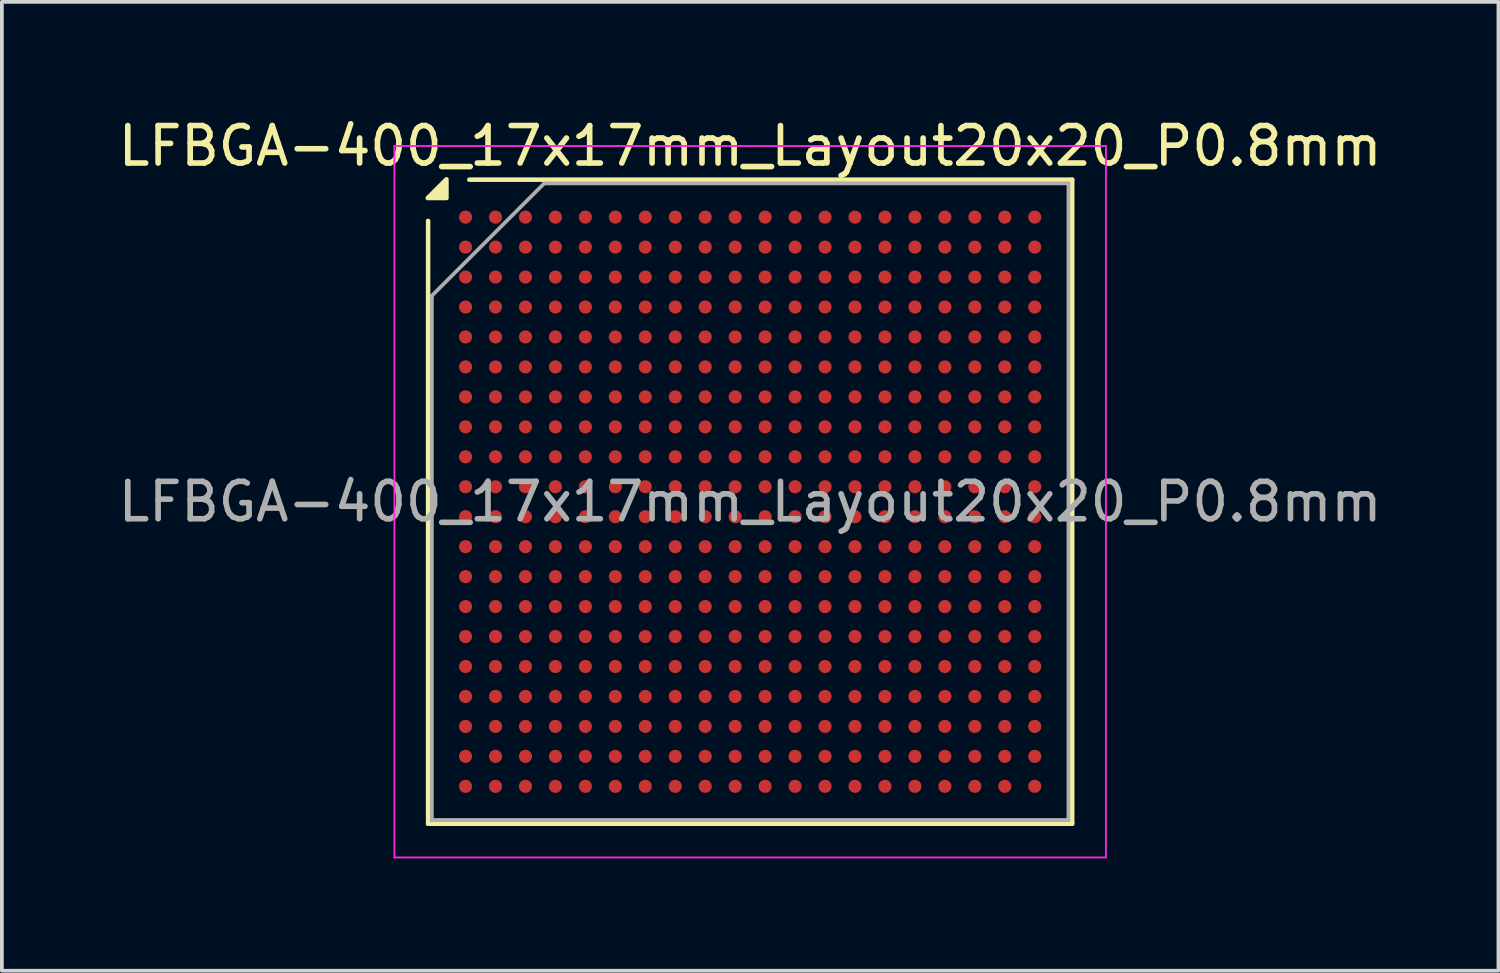
<source format=kicad_pcb>
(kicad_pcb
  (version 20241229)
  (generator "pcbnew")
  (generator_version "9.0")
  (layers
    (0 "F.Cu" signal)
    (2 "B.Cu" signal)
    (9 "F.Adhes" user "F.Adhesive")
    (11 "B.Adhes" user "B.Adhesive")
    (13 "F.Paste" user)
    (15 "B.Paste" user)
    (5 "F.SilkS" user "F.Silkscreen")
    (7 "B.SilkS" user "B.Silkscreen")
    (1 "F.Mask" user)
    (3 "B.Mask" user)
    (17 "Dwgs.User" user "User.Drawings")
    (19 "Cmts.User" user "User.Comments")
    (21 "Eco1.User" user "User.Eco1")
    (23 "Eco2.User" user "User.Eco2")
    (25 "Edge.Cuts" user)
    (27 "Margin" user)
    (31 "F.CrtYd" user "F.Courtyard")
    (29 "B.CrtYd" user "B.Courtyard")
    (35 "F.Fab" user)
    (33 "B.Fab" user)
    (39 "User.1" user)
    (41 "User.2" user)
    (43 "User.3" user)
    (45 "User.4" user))
  (footprint "LFBGA-400_17x17mm_Layout20x20_P0.8mm"
    (layer "F.Cu")
    (at 16.982 10.348)
    (property "Reference" "LFBGA-400_17x17mm_Layout20x20_P0.8mm" (at 0 -9.5 0) (layer "F.SilkS") (effects (font (size 1 1) (thickness 0.15))))
    (attr smd)
    (fp_line (start -8.6 8.6) (end -8.6 -7.5) (stroke (width 0.12) (type solid)) (layer "F.SilkS"))
    (fp_line (start -7.5 -8.6) (end 8.6 -8.6) (stroke (width 0.12) (type solid)) (layer "F.SilkS"))
    (fp_line (start 8.6 -8.6) (end 8.6 8.6) (stroke (width 0.12) (type solid)) (layer "F.SilkS"))
    (fp_line (start 8.6 8.6) (end -8.6 8.6) (stroke (width 0.12) (type solid)) (layer "F.SilkS"))
    (fp_poly (pts (xy -8.11 -8.11) (xy -8.61 -8.11) (xy -8.11 -8.61) (xy -8.11 -8.11)) (stroke (width 0.12) (type solid)) (fill yes) (layer "F.SilkS"))
    (fp_line (start -9.5 -9.5) (end -9.5 9.5) (stroke (width 0.05) (type solid)) (layer "F.CrtYd"))
    (fp_line (start -9.5 9.5) (end 9.5 9.5) (stroke (width 0.05) (type solid)) (layer "F.CrtYd"))
    (fp_line (start 9.5 -9.5) (end -9.5 -9.5) (stroke (width 0.05) (type solid)) (layer "F.CrtYd"))
    (fp_line (start 9.5 9.5) (end 9.5 -9.5) (stroke (width 0.05) (type solid)) (layer "F.CrtYd"))
    (fp_line (start -8.5 -5.5) (end -5.5 -8.5) (stroke (width 0.1) (type solid)) (layer "F.Fab"))
    (fp_line (start -8.5 8.5) (end -8.5 -5.5) (stroke (width 0.1) (type solid)) (layer "F.Fab"))
    (fp_line (start -5.5 -8.5) (end 8.5 -8.5) (stroke (width 0.1) (type solid)) (layer "F.Fab"))
    (fp_line (start 8.5 -8.5) (end 8.5 8.5) (stroke (width 0.1) (type solid)) (layer "F.Fab"))
    (fp_line (start 8.5 8.5) (end -8.5 8.5) (stroke (width 0.1) (type solid)) (layer "F.Fab"))
    (fp_text user "${REFERENCE}" (at 0 0 0) (layer "F.Fab") (effects (font (size 1 1) (thickness 0.15))))
    (pad "A1" smd circle (at -7.6 -7.6) (size 0.35 0.35) (property pad_prop_bga) (layers "F.Cu" "F.Mask" "F.Paste"))
    (pad "A2" smd circle (at -6.8 -7.6) (size 0.35 0.35) (property pad_prop_bga) (layers "F.Cu" "F.Mask" "F.Paste"))
    (pad "A3" smd circle (at -6 -7.6) (size 0.35 0.35) (property pad_prop_bga) (layers "F.Cu" "F.Mask" "F.Paste"))
    (pad "A4" smd circle (at -5.2 -7.6) (size 0.35 0.35) (property pad_prop_bga) (layers "F.Cu" "F.Mask" "F.Paste"))
    (pad "A5" smd circle (at -4.4 -7.6) (size 0.35 0.35) (property pad_prop_bga) (layers "F.Cu" "F.Mask" "F.Paste"))
    (pad "A6" smd circle (at -3.6 -7.6) (size 0.35 0.35) (property pad_prop_bga) (layers "F.Cu" "F.Mask" "F.Paste"))
    (pad "A7" smd circle (at -2.8 -7.6) (size 0.35 0.35) (property pad_prop_bga) (layers "F.Cu" "F.Mask" "F.Paste"))
    (pad "A8" smd circle (at -2 -7.6) (size 0.35 0.35) (property pad_prop_bga) (layers "F.Cu" "F.Mask" "F.Paste"))
    (pad "A9" smd circle (at -1.2 -7.6) (size 0.35 0.35) (property pad_prop_bga) (layers "F.Cu" "F.Mask" "F.Paste"))
    (pad "A10" smd circle (at -0.4 -7.6) (size 0.35 0.35) (property pad_prop_bga) (layers "F.Cu" "F.Mask" "F.Paste"))
    (pad "A11" smd circle (at 0.4 -7.6) (size 0.35 0.35) (property pad_prop_bga) (layers "F.Cu" "F.Mask" "F.Paste"))
    (pad "A12" smd circle (at 1.2 -7.6) (size 0.35 0.35) (property pad_prop_bga) (layers "F.Cu" "F.Mask" "F.Paste"))
    (pad "A13" smd circle (at 2 -7.6) (size 0.35 0.35) (property pad_prop_bga) (layers "F.Cu" "F.Mask" "F.Paste"))
    (pad "A14" smd circle (at 2.8 -7.6) (size 0.35 0.35) (property pad_prop_bga) (layers "F.Cu" "F.Mask" "F.Paste"))
    (pad "A15" smd circle (at 3.6 -7.6) (size 0.35 0.35) (property pad_prop_bga) (layers "F.Cu" "F.Mask" "F.Paste"))
    (pad "A16" smd circle (at 4.4 -7.6) (size 0.35 0.35) (property pad_prop_bga) (layers "F.Cu" "F.Mask" "F.Paste"))
    (pad "A17" smd circle (at 5.2 -7.6) (size 0.35 0.35) (property pad_prop_bga) (layers "F.Cu" "F.Mask" "F.Paste"))
    (pad "A18" smd circle (at 6 -7.6) (size 0.35 0.35) (property pad_prop_bga) (layers "F.Cu" "F.Mask" "F.Paste"))
    (pad "A19" smd circle (at 6.8 -7.6) (size 0.35 0.35) (property pad_prop_bga) (layers "F.Cu" "F.Mask" "F.Paste"))
    (pad "A20" smd circle (at 7.6 -7.6) (size 0.35 0.35) (property pad_prop_bga) (layers "F.Cu" "F.Mask" "F.Paste"))
    (pad "B1" smd circle (at -7.6 -6.8) (size 0.35 0.35) (property pad_prop_bga) (layers "F.Cu" "F.Mask" "F.Paste"))
    (pad "B2" smd circle (at -6.8 -6.8) (size 0.35 0.35) (property pad_prop_bga) (layers "F.Cu" "F.Mask" "F.Paste"))
    (pad "B3" smd circle (at -6 -6.8) (size 0.35 0.35) (property pad_prop_bga) (layers "F.Cu" "F.Mask" "F.Paste"))
    (pad "B4" smd circle (at -5.2 -6.8) (size 0.35 0.35) (property pad_prop_bga) (layers "F.Cu" "F.Mask" "F.Paste"))
    (pad "B5" smd circle (at -4.4 -6.8) (size 0.35 0.35) (property pad_prop_bga) (layers "F.Cu" "F.Mask" "F.Paste"))
    (pad "B6" smd circle (at -3.6 -6.8) (size 0.35 0.35) (property pad_prop_bga) (layers "F.Cu" "F.Mask" "F.Paste"))
    (pad "B7" smd circle (at -2.8 -6.8) (size 0.35 0.35) (property pad_prop_bga) (layers "F.Cu" "F.Mask" "F.Paste"))
    (pad "B8" smd circle (at -2 -6.8) (size 0.35 0.35) (property pad_prop_bga) (layers "F.Cu" "F.Mask" "F.Paste"))
    (pad "B9" smd circle (at -1.2 -6.8) (size 0.35 0.35) (property pad_prop_bga) (layers "F.Cu" "F.Mask" "F.Paste"))
    (pad "B10" smd circle (at -0.4 -6.8) (size 0.35 0.35) (property pad_prop_bga) (layers "F.Cu" "F.Mask" "F.Paste"))
    (pad "B11" smd circle (at 0.4 -6.8) (size 0.35 0.35) (property pad_prop_bga) (layers "F.Cu" "F.Mask" "F.Paste"))
    (pad "B12" smd circle (at 1.2 -6.8) (size 0.35 0.35) (property pad_prop_bga) (layers "F.Cu" "F.Mask" "F.Paste"))
    (pad "B13" smd circle (at 2 -6.8) (size 0.35 0.35) (property pad_prop_bga) (layers "F.Cu" "F.Mask" "F.Paste"))
    (pad "B14" smd circle (at 2.8 -6.8) (size 0.35 0.35) (property pad_prop_bga) (layers "F.Cu" "F.Mask" "F.Paste"))
    (pad "B15" smd circle (at 3.6 -6.8) (size 0.35 0.35) (property pad_prop_bga) (layers "F.Cu" "F.Mask" "F.Paste"))
    (pad "B16" smd circle (at 4.4 -6.8) (size 0.35 0.35) (property pad_prop_bga) (layers "F.Cu" "F.Mask" "F.Paste"))
    (pad "B17" smd circle (at 5.2 -6.8) (size 0.35 0.35) (property pad_prop_bga) (layers "F.Cu" "F.Mask" "F.Paste"))
    (pad "B18" smd circle (at 6 -6.8) (size 0.35 0.35) (property pad_prop_bga) (layers "F.Cu" "F.Mask" "F.Paste"))
    (pad "B19" smd circle (at 6.8 -6.8) (size 0.35 0.35) (property pad_prop_bga) (layers "F.Cu" "F.Mask" "F.Paste"))
    (pad "B20" smd circle (at 7.6 -6.8) (size 0.35 0.35) (property pad_prop_bga) (layers "F.Cu" "F.Mask" "F.Paste"))
    (pad "C1" smd circle (at -7.6 -6) (size 0.35 0.35) (property pad_prop_bga) (layers "F.Cu" "F.Mask" "F.Paste"))
    (pad "C2" smd circle (at -6.8 -6) (size 0.35 0.35) (property pad_prop_bga) (layers "F.Cu" "F.Mask" "F.Paste"))
    (pad "C3" smd circle (at -6 -6) (size 0.35 0.35) (property pad_prop_bga) (layers "F.Cu" "F.Mask" "F.Paste"))
    (pad "C4" smd circle (at -5.2 -6) (size 0.35 0.35) (property pad_prop_bga) (layers "F.Cu" "F.Mask" "F.Paste"))
    (pad "C5" smd circle (at -4.4 -6) (size 0.35 0.35) (property pad_prop_bga) (layers "F.Cu" "F.Mask" "F.Paste"))
    (pad "C6" smd circle (at -3.6 -6) (size 0.35 0.35) (property pad_prop_bga) (layers "F.Cu" "F.Mask" "F.Paste"))
    (pad "C7" smd circle (at -2.8 -6) (size 0.35 0.35) (property pad_prop_bga) (layers "F.Cu" "F.Mask" "F.Paste"))
    (pad "C8" smd circle (at -2 -6) (size 0.35 0.35) (property pad_prop_bga) (layers "F.Cu" "F.Mask" "F.Paste"))
    (pad "C9" smd circle (at -1.2 -6) (size 0.35 0.35) (property pad_prop_bga) (layers "F.Cu" "F.Mask" "F.Paste"))
    (pad "C10" smd circle (at -0.4 -6) (size 0.35 0.35) (property pad_prop_bga) (layers "F.Cu" "F.Mask" "F.Paste"))
    (pad "C11" smd circle (at 0.4 -6) (size 0.35 0.35) (property pad_prop_bga) (layers "F.Cu" "F.Mask" "F.Paste"))
    (pad "C12" smd circle (at 1.2 -6) (size 0.35 0.35) (property pad_prop_bga) (layers "F.Cu" "F.Mask" "F.Paste"))
    (pad "C13" smd circle (at 2 -6) (size 0.35 0.35) (property pad_prop_bga) (layers "F.Cu" "F.Mask" "F.Paste"))
    (pad "C14" smd circle (at 2.8 -6) (size 0.35 0.35) (property pad_prop_bga) (layers "F.Cu" "F.Mask" "F.Paste"))
    (pad "C15" smd circle (at 3.6 -6) (size 0.35 0.35) (property pad_prop_bga) (layers "F.Cu" "F.Mask" "F.Paste"))
    (pad "C16" smd circle (at 4.4 -6) (size 0.35 0.35) (property pad_prop_bga) (layers "F.Cu" "F.Mask" "F.Paste"))
    (pad "C17" smd circle (at 5.2 -6) (size 0.35 0.35) (property pad_prop_bga) (layers "F.Cu" "F.Mask" "F.Paste"))
    (pad "C18" smd circle (at 6 -6) (size 0.35 0.35) (property pad_prop_bga) (layers "F.Cu" "F.Mask" "F.Paste"))
    (pad "C19" smd circle (at 6.8 -6) (size 0.35 0.35) (property pad_prop_bga) (layers "F.Cu" "F.Mask" "F.Paste"))
    (pad "C20" smd circle (at 7.6 -6) (size 0.35 0.35) (property pad_prop_bga) (layers "F.Cu" "F.Mask" "F.Paste"))
    (pad "D1" smd circle (at -7.6 -5.2) (size 0.35 0.35) (property pad_prop_bga) (layers "F.Cu" "F.Mask" "F.Paste"))
    (pad "D2" smd circle (at -6.8 -5.2) (size 0.35 0.35) (property pad_prop_bga) (layers "F.Cu" "F.Mask" "F.Paste"))
    (pad "D3" smd circle (at -6 -5.2) (size 0.35 0.35) (property pad_prop_bga) (layers "F.Cu" "F.Mask" "F.Paste"))
    (pad "D4" smd circle (at -5.2 -5.2) (size 0.35 0.35) (property pad_prop_bga) (layers "F.Cu" "F.Mask" "F.Paste"))
    (pad "D5" smd circle (at -4.4 -5.2) (size 0.35 0.35) (property pad_prop_bga) (layers "F.Cu" "F.Mask" "F.Paste"))
    (pad "D6" smd circle (at -3.6 -5.2) (size 0.35 0.35) (property pad_prop_bga) (layers "F.Cu" "F.Mask" "F.Paste"))
    (pad "D7" smd circle (at -2.8 -5.2) (size 0.35 0.35) (property pad_prop_bga) (layers "F.Cu" "F.Mask" "F.Paste"))
    (pad "D8" smd circle (at -2 -5.2) (size 0.35 0.35) (property pad_prop_bga) (layers "F.Cu" "F.Mask" "F.Paste"))
    (pad "D9" smd circle (at -1.2 -5.2) (size 0.35 0.35) (property pad_prop_bga) (layers "F.Cu" "F.Mask" "F.Paste"))
    (pad "D10" smd circle (at -0.4 -5.2) (size 0.35 0.35) (property pad_prop_bga) (layers "F.Cu" "F.Mask" "F.Paste"))
    (pad "D11" smd circle (at 0.4 -5.2) (size 0.35 0.35) (property pad_prop_bga) (layers "F.Cu" "F.Mask" "F.Paste"))
    (pad "D12" smd circle (at 1.2 -5.2) (size 0.35 0.35) (property pad_prop_bga) (layers "F.Cu" "F.Mask" "F.Paste"))
    (pad "D13" smd circle (at 2 -5.2) (size 0.35 0.35) (property pad_prop_bga) (layers "F.Cu" "F.Mask" "F.Paste"))
    (pad "D14" smd circle (at 2.8 -5.2) (size 0.35 0.35) (property pad_prop_bga) (layers "F.Cu" "F.Mask" "F.Paste"))
    (pad "D15" smd circle (at 3.6 -5.2) (size 0.35 0.35) (property pad_prop_bga) (layers "F.Cu" "F.Mask" "F.Paste"))
    (pad "D16" smd circle (at 4.4 -5.2) (size 0.35 0.35) (property pad_prop_bga) (layers "F.Cu" "F.Mask" "F.Paste"))
    (pad "D17" smd circle (at 5.2 -5.2) (size 0.35 0.35) (property pad_prop_bga) (layers "F.Cu" "F.Mask" "F.Paste"))
    (pad "D18" smd circle (at 6 -5.2) (size 0.35 0.35) (property pad_prop_bga) (layers "F.Cu" "F.Mask" "F.Paste"))
    (pad "D19" smd circle (at 6.8 -5.2) (size 0.35 0.35) (property pad_prop_bga) (layers "F.Cu" "F.Mask" "F.Paste"))
    (pad "D20" smd circle (at 7.6 -5.2) (size 0.35 0.35) (property pad_prop_bga) (layers "F.Cu" "F.Mask" "F.Paste"))
    (pad "E1" smd circle (at -7.6 -4.4) (size 0.35 0.35) (property pad_prop_bga) (layers "F.Cu" "F.Mask" "F.Paste"))
    (pad "E2" smd circle (at -6.8 -4.4) (size 0.35 0.35) (property pad_prop_bga) (layers "F.Cu" "F.Mask" "F.Paste"))
    (pad "E3" smd circle (at -6 -4.4) (size 0.35 0.35) (property pad_prop_bga) (layers "F.Cu" "F.Mask" "F.Paste"))
    (pad "E4" smd circle (at -5.2 -4.4) (size 0.35 0.35) (property pad_prop_bga) (layers "F.Cu" "F.Mask" "F.Paste"))
    (pad "E5" smd circle (at -4.4 -4.4) (size 0.35 0.35) (property pad_prop_bga) (layers "F.Cu" "F.Mask" "F.Paste"))
    (pad "E6" smd circle (at -3.6 -4.4) (size 0.35 0.35) (property pad_prop_bga) (layers "F.Cu" "F.Mask" "F.Paste"))
    (pad "E7" smd circle (at -2.8 -4.4) (size 0.35 0.35) (property pad_prop_bga) (layers "F.Cu" "F.Mask" "F.Paste"))
    (pad "E8" smd circle (at -2 -4.4) (size 0.35 0.35) (property pad_prop_bga) (layers "F.Cu" "F.Mask" "F.Paste"))
    (pad "E9" smd circle (at -1.2 -4.4) (size 0.35 0.35) (property pad_prop_bga) (layers "F.Cu" "F.Mask" "F.Paste"))
    (pad "E10" smd circle (at -0.4 -4.4) (size 0.35 0.35) (property pad_prop_bga) (layers "F.Cu" "F.Mask" "F.Paste"))
    (pad "E11" smd circle (at 0.4 -4.4) (size 0.35 0.35) (property pad_prop_bga) (layers "F.Cu" "F.Mask" "F.Paste"))
    (pad "E12" smd circle (at 1.2 -4.4) (size 0.35 0.35) (property pad_prop_bga) (layers "F.Cu" "F.Mask" "F.Paste"))
    (pad "E13" smd circle (at 2 -4.4) (size 0.35 0.35) (property pad_prop_bga) (layers "F.Cu" "F.Mask" "F.Paste"))
    (pad "E14" smd circle (at 2.8 -4.4) (size 0.35 0.35) (property pad_prop_bga) (layers "F.Cu" "F.Mask" "F.Paste"))
    (pad "E15" smd circle (at 3.6 -4.4) (size 0.35 0.35) (property pad_prop_bga) (layers "F.Cu" "F.Mask" "F.Paste"))
    (pad "E16" smd circle (at 4.4 -4.4) (size 0.35 0.35) (property pad_prop_bga) (layers "F.Cu" "F.Mask" "F.Paste"))
    (pad "E17" smd circle (at 5.2 -4.4) (size 0.35 0.35) (property pad_prop_bga) (layers "F.Cu" "F.Mask" "F.Paste"))
    (pad "E18" smd circle (at 6 -4.4) (size 0.35 0.35) (property pad_prop_bga) (layers "F.Cu" "F.Mask" "F.Paste"))
    (pad "E19" smd circle (at 6.8 -4.4) (size 0.35 0.35) (property pad_prop_bga) (layers "F.Cu" "F.Mask" "F.Paste"))
    (pad "E20" smd circle (at 7.6 -4.4) (size 0.35 0.35) (property pad_prop_bga) (layers "F.Cu" "F.Mask" "F.Paste"))
    (pad "F1" smd circle (at -7.6 -3.6) (size 0.35 0.35) (property pad_prop_bga) (layers "F.Cu" "F.Mask" "F.Paste"))
    (pad "F2" smd circle (at -6.8 -3.6) (size 0.35 0.35) (property pad_prop_bga) (layers "F.Cu" "F.Mask" "F.Paste"))
    (pad "F3" smd circle (at -6 -3.6) (size 0.35 0.35) (property pad_prop_bga) (layers "F.Cu" "F.Mask" "F.Paste"))
    (pad "F4" smd circle (at -5.2 -3.6) (size 0.35 0.35) (property pad_prop_bga) (layers "F.Cu" "F.Mask" "F.Paste"))
    (pad "F5" smd circle (at -4.4 -3.6) (size 0.35 0.35) (property pad_prop_bga) (layers "F.Cu" "F.Mask" "F.Paste"))
    (pad "F6" smd circle (at -3.6 -3.6) (size 0.35 0.35) (property pad_prop_bga) (layers "F.Cu" "F.Mask" "F.Paste"))
    (pad "F7" smd circle (at -2.8 -3.6) (size 0.35 0.35) (property pad_prop_bga) (layers "F.Cu" "F.Mask" "F.Paste"))
    (pad "F8" smd circle (at -2 -3.6) (size 0.35 0.35) (property pad_prop_bga) (layers "F.Cu" "F.Mask" "F.Paste"))
    (pad "F9" smd circle (at -1.2 -3.6) (size 0.35 0.35) (property pad_prop_bga) (layers "F.Cu" "F.Mask" "F.Paste"))
    (pad "F10" smd circle (at -0.4 -3.6) (size 0.35 0.35) (property pad_prop_bga) (layers "F.Cu" "F.Mask" "F.Paste"))
    (pad "F11" smd circle (at 0.4 -3.6) (size 0.35 0.35) (property pad_prop_bga) (layers "F.Cu" "F.Mask" "F.Paste"))
    (pad "F12" smd circle (at 1.2 -3.6) (size 0.35 0.35) (property pad_prop_bga) (layers "F.Cu" "F.Mask" "F.Paste"))
    (pad "F13" smd circle (at 2 -3.6) (size 0.35 0.35) (property pad_prop_bga) (layers "F.Cu" "F.Mask" "F.Paste"))
    (pad "F14" smd circle (at 2.8 -3.6) (size 0.35 0.35) (property pad_prop_bga) (layers "F.Cu" "F.Mask" "F.Paste"))
    (pad "F15" smd circle (at 3.6 -3.6) (size 0.35 0.35) (property pad_prop_bga) (layers "F.Cu" "F.Mask" "F.Paste"))
    (pad "F16" smd circle (at 4.4 -3.6) (size 0.35 0.35) (property pad_prop_bga) (layers "F.Cu" "F.Mask" "F.Paste"))
    (pad "F17" smd circle (at 5.2 -3.6) (size 0.35 0.35) (property pad_prop_bga) (layers "F.Cu" "F.Mask" "F.Paste"))
    (pad "F18" smd circle (at 6 -3.6) (size 0.35 0.35) (property pad_prop_bga) (layers "F.Cu" "F.Mask" "F.Paste"))
    (pad "F19" smd circle (at 6.8 -3.6) (size 0.35 0.35) (property pad_prop_bga) (layers "F.Cu" "F.Mask" "F.Paste"))
    (pad "F20" smd circle (at 7.6 -3.6) (size 0.35 0.35) (property pad_prop_bga) (layers "F.Cu" "F.Mask" "F.Paste"))
    (pad "G1" smd circle (at -7.6 -2.8) (size 0.35 0.35) (property pad_prop_bga) (layers "F.Cu" "F.Mask" "F.Paste"))
    (pad "G2" smd circle (at -6.8 -2.8) (size 0.35 0.35) (property pad_prop_bga) (layers "F.Cu" "F.Mask" "F.Paste"))
    (pad "G3" smd circle (at -6 -2.8) (size 0.35 0.35) (property pad_prop_bga) (layers "F.Cu" "F.Mask" "F.Paste"))
    (pad "G4" smd circle (at -5.2 -2.8) (size 0.35 0.35) (property pad_prop_bga) (layers "F.Cu" "F.Mask" "F.Paste"))
    (pad "G5" smd circle (at -4.4 -2.8) (size 0.35 0.35) (property pad_prop_bga) (layers "F.Cu" "F.Mask" "F.Paste"))
    (pad "G6" smd circle (at -3.6 -2.8) (size 0.35 0.35) (property pad_prop_bga) (layers "F.Cu" "F.Mask" "F.Paste"))
    (pad "G7" smd circle (at -2.8 -2.8) (size 0.35 0.35) (property pad_prop_bga) (layers "F.Cu" "F.Mask" "F.Paste"))
    (pad "G8" smd circle (at -2 -2.8) (size 0.35 0.35) (property pad_prop_bga) (layers "F.Cu" "F.Mask" "F.Paste"))
    (pad "G9" smd circle (at -1.2 -2.8) (size 0.35 0.35) (property pad_prop_bga) (layers "F.Cu" "F.Mask" "F.Paste"))
    (pad "G10" smd circle (at -0.4 -2.8) (size 0.35 0.35) (property pad_prop_bga) (layers "F.Cu" "F.Mask" "F.Paste"))
    (pad "G11" smd circle (at 0.4 -2.8) (size 0.35 0.35) (property pad_prop_bga) (layers "F.Cu" "F.Mask" "F.Paste"))
    (pad "G12" smd circle (at 1.2 -2.8) (size 0.35 0.35) (property pad_prop_bga) (layers "F.Cu" "F.Mask" "F.Paste"))
    (pad "G13" smd circle (at 2 -2.8) (size 0.35 0.35) (property pad_prop_bga) (layers "F.Cu" "F.Mask" "F.Paste"))
    (pad "G14" smd circle (at 2.8 -2.8) (size 0.35 0.35) (property pad_prop_bga) (layers "F.Cu" "F.Mask" "F.Paste"))
    (pad "G15" smd circle (at 3.6 -2.8) (size 0.35 0.35) (property pad_prop_bga) (layers "F.Cu" "F.Mask" "F.Paste"))
    (pad "G16" smd circle (at 4.4 -2.8) (size 0.35 0.35) (property pad_prop_bga) (layers "F.Cu" "F.Mask" "F.Paste"))
    (pad "G17" smd circle (at 5.2 -2.8) (size 0.35 0.35) (property pad_prop_bga) (layers "F.Cu" "F.Mask" "F.Paste"))
    (pad "G18" smd circle (at 6 -2.8) (size 0.35 0.35) (property pad_prop_bga) (layers "F.Cu" "F.Mask" "F.Paste"))
    (pad "G19" smd circle (at 6.8 -2.8) (size 0.35 0.35) (property pad_prop_bga) (layers "F.Cu" "F.Mask" "F.Paste"))
    (pad "G20" smd circle (at 7.6 -2.8) (size 0.35 0.35) (property pad_prop_bga) (layers "F.Cu" "F.Mask" "F.Paste"))
    (pad "H1" smd circle (at -7.6 -2) (size 0.35 0.35) (property pad_prop_bga) (layers "F.Cu" "F.Mask" "F.Paste"))
    (pad "H2" smd circle (at -6.8 -2) (size 0.35 0.35) (property pad_prop_bga) (layers "F.Cu" "F.Mask" "F.Paste"))
    (pad "H3" smd circle (at -6 -2) (size 0.35 0.35) (property pad_prop_bga) (layers "F.Cu" "F.Mask" "F.Paste"))
    (pad "H4" smd circle (at -5.2 -2) (size 0.35 0.35) (property pad_prop_bga) (layers "F.Cu" "F.Mask" "F.Paste"))
    (pad "H5" smd circle (at -4.4 -2) (size 0.35 0.35) (property pad_prop_bga) (layers "F.Cu" "F.Mask" "F.Paste"))
    (pad "H6" smd circle (at -3.6 -2) (size 0.35 0.35) (property pad_prop_bga) (layers "F.Cu" "F.Mask" "F.Paste"))
    (pad "H7" smd circle (at -2.8 -2) (size 0.35 0.35) (property pad_prop_bga) (layers "F.Cu" "F.Mask" "F.Paste"))
    (pad "H8" smd circle (at -2 -2) (size 0.35 0.35) (property pad_prop_bga) (layers "F.Cu" "F.Mask" "F.Paste"))
    (pad "H9" smd circle (at -1.2 -2) (size 0.35 0.35) (property pad_prop_bga) (layers "F.Cu" "F.Mask" "F.Paste"))
    (pad "H10" smd circle (at -0.4 -2) (size 0.35 0.35) (property pad_prop_bga) (layers "F.Cu" "F.Mask" "F.Paste"))
    (pad "H11" smd circle (at 0.4 -2) (size 0.35 0.35) (property pad_prop_bga) (layers "F.Cu" "F.Mask" "F.Paste"))
    (pad "H12" smd circle (at 1.2 -2) (size 0.35 0.35) (property pad_prop_bga) (layers "F.Cu" "F.Mask" "F.Paste"))
    (pad "H13" smd circle (at 2 -2) (size 0.35 0.35) (property pad_prop_bga) (layers "F.Cu" "F.Mask" "F.Paste"))
    (pad "H14" smd circle (at 2.8 -2) (size 0.35 0.35) (property pad_prop_bga) (layers "F.Cu" "F.Mask" "F.Paste"))
    (pad "H15" smd circle (at 3.6 -2) (size 0.35 0.35) (property pad_prop_bga) (layers "F.Cu" "F.Mask" "F.Paste"))
    (pad "H16" smd circle (at 4.4 -2) (size 0.35 0.35) (property pad_prop_bga) (layers "F.Cu" "F.Mask" "F.Paste"))
    (pad "H17" smd circle (at 5.2 -2) (size 0.35 0.35) (property pad_prop_bga) (layers "F.Cu" "F.Mask" "F.Paste"))
    (pad "H18" smd circle (at 6 -2) (size 0.35 0.35) (property pad_prop_bga) (layers "F.Cu" "F.Mask" "F.Paste"))
    (pad "H19" smd circle (at 6.8 -2) (size 0.35 0.35) (property pad_prop_bga) (layers "F.Cu" "F.Mask" "F.Paste"))
    (pad "H20" smd circle (at 7.6 -2) (size 0.35 0.35) (property pad_prop_bga) (layers "F.Cu" "F.Mask" "F.Paste"))
    (pad "J1" smd circle (at -7.6 -1.2) (size 0.35 0.35) (property pad_prop_bga) (layers "F.Cu" "F.Mask" "F.Paste"))
    (pad "J2" smd circle (at -6.8 -1.2) (size 0.35 0.35) (property pad_prop_bga) (layers "F.Cu" "F.Mask" "F.Paste"))
    (pad "J3" smd circle (at -6 -1.2) (size 0.35 0.35) (property pad_prop_bga) (layers "F.Cu" "F.Mask" "F.Paste"))
    (pad "J4" smd circle (at -5.2 -1.2) (size 0.35 0.35) (property pad_prop_bga) (layers "F.Cu" "F.Mask" "F.Paste"))
    (pad "J5" smd circle (at -4.4 -1.2) (size 0.35 0.35) (property pad_prop_bga) (layers "F.Cu" "F.Mask" "F.Paste"))
    (pad "J6" smd circle (at -3.6 -1.2) (size 0.35 0.35) (property pad_prop_bga) (layers "F.Cu" "F.Mask" "F.Paste"))
    (pad "J7" smd circle (at -2.8 -1.2) (size 0.35 0.35) (property pad_prop_bga) (layers "F.Cu" "F.Mask" "F.Paste"))
    (pad "J8" smd circle (at -2 -1.2) (size 0.35 0.35) (property pad_prop_bga) (layers "F.Cu" "F.Mask" "F.Paste"))
    (pad "J9" smd circle (at -1.2 -1.2) (size 0.35 0.35) (property pad_prop_bga) (layers "F.Cu" "F.Mask" "F.Paste"))
    (pad "J10" smd circle (at -0.4 -1.2) (size 0.35 0.35) (property pad_prop_bga) (layers "F.Cu" "F.Mask" "F.Paste"))
    (pad "J11" smd circle (at 0.4 -1.2) (size 0.35 0.35) (property pad_prop_bga) (layers "F.Cu" "F.Mask" "F.Paste"))
    (pad "J12" smd circle (at 1.2 -1.2) (size 0.35 0.35) (property pad_prop_bga) (layers "F.Cu" "F.Mask" "F.Paste"))
    (pad "J13" smd circle (at 2 -1.2) (size 0.35 0.35) (property pad_prop_bga) (layers "F.Cu" "F.Mask" "F.Paste"))
    (pad "J14" smd circle (at 2.8 -1.2) (size 0.35 0.35) (property pad_prop_bga) (layers "F.Cu" "F.Mask" "F.Paste"))
    (pad "J15" smd circle (at 3.6 -1.2) (size 0.35 0.35) (property pad_prop_bga) (layers "F.Cu" "F.Mask" "F.Paste"))
    (pad "J16" smd circle (at 4.4 -1.2) (size 0.35 0.35) (property pad_prop_bga) (layers "F.Cu" "F.Mask" "F.Paste"))
    (pad "J17" smd circle (at 5.2 -1.2) (size 0.35 0.35) (property pad_prop_bga) (layers "F.Cu" "F.Mask" "F.Paste"))
    (pad "J18" smd circle (at 6 -1.2) (size 0.35 0.35) (property pad_prop_bga) (layers "F.Cu" "F.Mask" "F.Paste"))
    (pad "J19" smd circle (at 6.8 -1.2) (size 0.35 0.35) (property pad_prop_bga) (layers "F.Cu" "F.Mask" "F.Paste"))
    (pad "J20" smd circle (at 7.6 -1.2) (size 0.35 0.35) (property pad_prop_bga) (layers "F.Cu" "F.Mask" "F.Paste"))
    (pad "K1" smd circle (at -7.6 -0.4) (size 0.35 0.35) (property pad_prop_bga) (layers "F.Cu" "F.Mask" "F.Paste"))
    (pad "K2" smd circle (at -6.8 -0.4) (size 0.35 0.35) (property pad_prop_bga) (layers "F.Cu" "F.Mask" "F.Paste"))
    (pad "K3" smd circle (at -6 -0.4) (size 0.35 0.35) (property pad_prop_bga) (layers "F.Cu" "F.Mask" "F.Paste"))
    (pad "K4" smd circle (at -5.2 -0.4) (size 0.35 0.35) (property pad_prop_bga) (layers "F.Cu" "F.Mask" "F.Paste"))
    (pad "K5" smd circle (at -4.4 -0.4) (size 0.35 0.35) (property pad_prop_bga) (layers "F.Cu" "F.Mask" "F.Paste"))
    (pad "K6" smd circle (at -3.6 -0.4) (size 0.35 0.35) (property pad_prop_bga) (layers "F.Cu" "F.Mask" "F.Paste"))
    (pad "K7" smd circle (at -2.8 -0.4) (size 0.35 0.35) (property pad_prop_bga) (layers "F.Cu" "F.Mask" "F.Paste"))
    (pad "K8" smd circle (at -2 -0.4) (size 0.35 0.35) (property pad_prop_bga) (layers "F.Cu" "F.Mask" "F.Paste"))
    (pad "K9" smd circle (at -1.2 -0.4) (size 0.35 0.35) (property pad_prop_bga) (layers "F.Cu" "F.Mask" "F.Paste"))
    (pad "K10" smd circle (at -0.4 -0.4) (size 0.35 0.35) (property pad_prop_bga) (layers "F.Cu" "F.Mask" "F.Paste"))
    (pad "K11" smd circle (at 0.4 -0.4) (size 0.35 0.35) (property pad_prop_bga) (layers "F.Cu" "F.Mask" "F.Paste"))
    (pad "K12" smd circle (at 1.2 -0.4) (size 0.35 0.35) (property pad_prop_bga) (layers "F.Cu" "F.Mask" "F.Paste"))
    (pad "K13" smd circle (at 2 -0.4) (size 0.35 0.35) (property pad_prop_bga) (layers "F.Cu" "F.Mask" "F.Paste"))
    (pad "K14" smd circle (at 2.8 -0.4) (size 0.35 0.35) (property pad_prop_bga) (layers "F.Cu" "F.Mask" "F.Paste"))
    (pad "K15" smd circle (at 3.6 -0.4) (size 0.35 0.35) (property pad_prop_bga) (layers "F.Cu" "F.Mask" "F.Paste"))
    (pad "K16" smd circle (at 4.4 -0.4) (size 0.35 0.35) (property pad_prop_bga) (layers "F.Cu" "F.Mask" "F.Paste"))
    (pad "K17" smd circle (at 5.2 -0.4) (size 0.35 0.35) (property pad_prop_bga) (layers "F.Cu" "F.Mask" "F.Paste"))
    (pad "K18" smd circle (at 6 -0.4) (size 0.35 0.35) (property pad_prop_bga) (layers "F.Cu" "F.Mask" "F.Paste"))
    (pad "K19" smd circle (at 6.8 -0.4) (size 0.35 0.35) (property pad_prop_bga) (layers "F.Cu" "F.Mask" "F.Paste"))
    (pad "K20" smd circle (at 7.6 -0.4) (size 0.35 0.35) (property pad_prop_bga) (layers "F.Cu" "F.Mask" "F.Paste"))
    (pad "L1" smd circle (at -7.6 0.4) (size 0.35 0.35) (property pad_prop_bga) (layers "F.Cu" "F.Mask" "F.Paste"))
    (pad "L2" smd circle (at -6.8 0.4) (size 0.35 0.35) (property pad_prop_bga) (layers "F.Cu" "F.Mask" "F.Paste"))
    (pad "L3" smd circle (at -6 0.4) (size 0.35 0.35) (property pad_prop_bga) (layers "F.Cu" "F.Mask" "F.Paste"))
    (pad "L4" smd circle (at -5.2 0.4) (size 0.35 0.35) (property pad_prop_bga) (layers "F.Cu" "F.Mask" "F.Paste"))
    (pad "L5" smd circle (at -4.4 0.4) (size 0.35 0.35) (property pad_prop_bga) (layers "F.Cu" "F.Mask" "F.Paste"))
    (pad "L6" smd circle (at -3.6 0.4) (size 0.35 0.35) (property pad_prop_bga) (layers "F.Cu" "F.Mask" "F.Paste"))
    (pad "L7" smd circle (at -2.8 0.4) (size 0.35 0.35) (property pad_prop_bga) (layers "F.Cu" "F.Mask" "F.Paste"))
    (pad "L8" smd circle (at -2 0.4) (size 0.35 0.35) (property pad_prop_bga) (layers "F.Cu" "F.Mask" "F.Paste"))
    (pad "L9" smd circle (at -1.2 0.4) (size 0.35 0.35) (property pad_prop_bga) (layers "F.Cu" "F.Mask" "F.Paste"))
    (pad "L10" smd circle (at -0.4 0.4) (size 0.35 0.35) (property pad_prop_bga) (layers "F.Cu" "F.Mask" "F.Paste"))
    (pad "L11" smd circle (at 0.4 0.4) (size 0.35 0.35) (property pad_prop_bga) (layers "F.Cu" "F.Mask" "F.Paste"))
    (pad "L12" smd circle (at 1.2 0.4) (size 0.35 0.35) (property pad_prop_bga) (layers "F.Cu" "F.Mask" "F.Paste"))
    (pad "L13" smd circle (at 2 0.4) (size 0.35 0.35) (property pad_prop_bga) (layers "F.Cu" "F.Mask" "F.Paste"))
    (pad "L14" smd circle (at 2.8 0.4) (size 0.35 0.35) (property pad_prop_bga) (layers "F.Cu" "F.Mask" "F.Paste"))
    (pad "L15" smd circle (at 3.6 0.4) (size 0.35 0.35) (property pad_prop_bga) (layers "F.Cu" "F.Mask" "F.Paste"))
    (pad "L16" smd circle (at 4.4 0.4) (size 0.35 0.35) (property pad_prop_bga) (layers "F.Cu" "F.Mask" "F.Paste"))
    (pad "L17" smd circle (at 5.2 0.4) (size 0.35 0.35) (property pad_prop_bga) (layers "F.Cu" "F.Mask" "F.Paste"))
    (pad "L18" smd circle (at 6 0.4) (size 0.35 0.35) (property pad_prop_bga) (layers "F.Cu" "F.Mask" "F.Paste"))
    (pad "L19" smd circle (at 6.8 0.4) (size 0.35 0.35) (property pad_prop_bga) (layers "F.Cu" "F.Mask" "F.Paste"))
    (pad "L20" smd circle (at 7.6 0.4) (size 0.35 0.35) (property pad_prop_bga) (layers "F.Cu" "F.Mask" "F.Paste"))
    (pad "M1" smd circle (at -7.6 1.2) (size 0.35 0.35) (property pad_prop_bga) (layers "F.Cu" "F.Mask" "F.Paste"))
    (pad "M2" smd circle (at -6.8 1.2) (size 0.35 0.35) (property pad_prop_bga) (layers "F.Cu" "F.Mask" "F.Paste"))
    (pad "M3" smd circle (at -6 1.2) (size 0.35 0.35) (property pad_prop_bga) (layers "F.Cu" "F.Mask" "F.Paste"))
    (pad "M4" smd circle (at -5.2 1.2) (size 0.35 0.35) (property pad_prop_bga) (layers "F.Cu" "F.Mask" "F.Paste"))
    (pad "M5" smd circle (at -4.4 1.2) (size 0.35 0.35) (property pad_prop_bga) (layers "F.Cu" "F.Mask" "F.Paste"))
    (pad "M6" smd circle (at -3.6 1.2) (size 0.35 0.35) (property pad_prop_bga) (layers "F.Cu" "F.Mask" "F.Paste"))
    (pad "M7" smd circle (at -2.8 1.2) (size 0.35 0.35) (property pad_prop_bga) (layers "F.Cu" "F.Mask" "F.Paste"))
    (pad "M8" smd circle (at -2 1.2) (size 0.35 0.35) (property pad_prop_bga) (layers "F.Cu" "F.Mask" "F.Paste"))
    (pad "M9" smd circle (at -1.2 1.2) (size 0.35 0.35) (property pad_prop_bga) (layers "F.Cu" "F.Mask" "F.Paste"))
    (pad "M10" smd circle (at -0.4 1.2) (size 0.35 0.35) (property pad_prop_bga) (layers "F.Cu" "F.Mask" "F.Paste"))
    (pad "M11" smd circle (at 0.4 1.2) (size 0.35 0.35) (property pad_prop_bga) (layers "F.Cu" "F.Mask" "F.Paste"))
    (pad "M12" smd circle (at 1.2 1.2) (size 0.35 0.35) (property pad_prop_bga) (layers "F.Cu" "F.Mask" "F.Paste"))
    (pad "M13" smd circle (at 2 1.2) (size 0.35 0.35) (property pad_prop_bga) (layers "F.Cu" "F.Mask" "F.Paste"))
    (pad "M14" smd circle (at 2.8 1.2) (size 0.35 0.35) (property pad_prop_bga) (layers "F.Cu" "F.Mask" "F.Paste"))
    (pad "M15" smd circle (at 3.6 1.2) (size 0.35 0.35) (property pad_prop_bga) (layers "F.Cu" "F.Mask" "F.Paste"))
    (pad "M16" smd circle (at 4.4 1.2) (size 0.35 0.35) (property pad_prop_bga) (layers "F.Cu" "F.Mask" "F.Paste"))
    (pad "M17" smd circle (at 5.2 1.2) (size 0.35 0.35) (property pad_prop_bga) (layers "F.Cu" "F.Mask" "F.Paste"))
    (pad "M18" smd circle (at 6 1.2) (size 0.35 0.35) (property pad_prop_bga) (layers "F.Cu" "F.Mask" "F.Paste"))
    (pad "M19" smd circle (at 6.8 1.2) (size 0.35 0.35) (property pad_prop_bga) (layers "F.Cu" "F.Mask" "F.Paste"))
    (pad "M20" smd circle (at 7.6 1.2) (size 0.35 0.35) (property pad_prop_bga) (layers "F.Cu" "F.Mask" "F.Paste"))
    (pad "N1" smd circle (at -7.6 2) (size 0.35 0.35) (property pad_prop_bga) (layers "F.Cu" "F.Mask" "F.Paste"))
    (pad "N2" smd circle (at -6.8 2) (size 0.35 0.35) (property pad_prop_bga) (layers "F.Cu" "F.Mask" "F.Paste"))
    (pad "N3" smd circle (at -6 2) (size 0.35 0.35) (property pad_prop_bga) (layers "F.Cu" "F.Mask" "F.Paste"))
    (pad "N4" smd circle (at -5.2 2) (size 0.35 0.35) (property pad_prop_bga) (layers "F.Cu" "F.Mask" "F.Paste"))
    (pad "N5" smd circle (at -4.4 2) (size 0.35 0.35) (property pad_prop_bga) (layers "F.Cu" "F.Mask" "F.Paste"))
    (pad "N6" smd circle (at -3.6 2) (size 0.35 0.35) (property pad_prop_bga) (layers "F.Cu" "F.Mask" "F.Paste"))
    (pad "N7" smd circle (at -2.8 2) (size 0.35 0.35) (property pad_prop_bga) (layers "F.Cu" "F.Mask" "F.Paste"))
    (pad "N8" smd circle (at -2 2) (size 0.35 0.35) (property pad_prop_bga) (layers "F.Cu" "F.Mask" "F.Paste"))
    (pad "N9" smd circle (at -1.2 2) (size 0.35 0.35) (property pad_prop_bga) (layers "F.Cu" "F.Mask" "F.Paste"))
    (pad "N10" smd circle (at -0.4 2) (size 0.35 0.35) (property pad_prop_bga) (layers "F.Cu" "F.Mask" "F.Paste"))
    (pad "N11" smd circle (at 0.4 2) (size 0.35 0.35) (property pad_prop_bga) (layers "F.Cu" "F.Mask" "F.Paste"))
    (pad "N12" smd circle (at 1.2 2) (size 0.35 0.35) (property pad_prop_bga) (layers "F.Cu" "F.Mask" "F.Paste"))
    (pad "N13" smd circle (at 2 2) (size 0.35 0.35) (property pad_prop_bga) (layers "F.Cu" "F.Mask" "F.Paste"))
    (pad "N14" smd circle (at 2.8 2) (size 0.35 0.35) (property pad_prop_bga) (layers "F.Cu" "F.Mask" "F.Paste"))
    (pad "N15" smd circle (at 3.6 2) (size 0.35 0.35) (property pad_prop_bga) (layers "F.Cu" "F.Mask" "F.Paste"))
    (pad "N16" smd circle (at 4.4 2) (size 0.35 0.35) (property pad_prop_bga) (layers "F.Cu" "F.Mask" "F.Paste"))
    (pad "N17" smd circle (at 5.2 2) (size 0.35 0.35) (property pad_prop_bga) (layers "F.Cu" "F.Mask" "F.Paste"))
    (pad "N18" smd circle (at 6 2) (size 0.35 0.35) (property pad_prop_bga) (layers "F.Cu" "F.Mask" "F.Paste"))
    (pad "N19" smd circle (at 6.8 2) (size 0.35 0.35) (property pad_prop_bga) (layers "F.Cu" "F.Mask" "F.Paste"))
    (pad "N20" smd circle (at 7.6 2) (size 0.35 0.35) (property pad_prop_bga) (layers "F.Cu" "F.Mask" "F.Paste"))
    (pad "P1" smd circle (at -7.6 2.8) (size 0.35 0.35) (property pad_prop_bga) (layers "F.Cu" "F.Mask" "F.Paste"))
    (pad "P2" smd circle (at -6.8 2.8) (size 0.35 0.35) (property pad_prop_bga) (layers "F.Cu" "F.Mask" "F.Paste"))
    (pad "P3" smd circle (at -6 2.8) (size 0.35 0.35) (property pad_prop_bga) (layers "F.Cu" "F.Mask" "F.Paste"))
    (pad "P4" smd circle (at -5.2 2.8) (size 0.35 0.35) (property pad_prop_bga) (layers "F.Cu" "F.Mask" "F.Paste"))
    (pad "P5" smd circle (at -4.4 2.8) (size 0.35 0.35) (property pad_prop_bga) (layers "F.Cu" "F.Mask" "F.Paste"))
    (pad "P6" smd circle (at -3.6 2.8) (size 0.35 0.35) (property pad_prop_bga) (layers "F.Cu" "F.Mask" "F.Paste"))
    (pad "P7" smd circle (at -2.8 2.8) (size 0.35 0.35) (property pad_prop_bga) (layers "F.Cu" "F.Mask" "F.Paste"))
    (pad "P8" smd circle (at -2 2.8) (size 0.35 0.35) (property pad_prop_bga) (layers "F.Cu" "F.Mask" "F.Paste"))
    (pad "P9" smd circle (at -1.2 2.8) (size 0.35 0.35) (property pad_prop_bga) (layers "F.Cu" "F.Mask" "F.Paste"))
    (pad "P10" smd circle (at -0.4 2.8) (size 0.35 0.35) (property pad_prop_bga) (layers "F.Cu" "F.Mask" "F.Paste"))
    (pad "P11" smd circle (at 0.4 2.8) (size 0.35 0.35) (property pad_prop_bga) (layers "F.Cu" "F.Mask" "F.Paste"))
    (pad "P12" smd circle (at 1.2 2.8) (size 0.35 0.35) (property pad_prop_bga) (layers "F.Cu" "F.Mask" "F.Paste"))
    (pad "P13" smd circle (at 2 2.8) (size 0.35 0.35) (property pad_prop_bga) (layers "F.Cu" "F.Mask" "F.Paste"))
    (pad "P14" smd circle (at 2.8 2.8) (size 0.35 0.35) (property pad_prop_bga) (layers "F.Cu" "F.Mask" "F.Paste"))
    (pad "P15" smd circle (at 3.6 2.8) (size 0.35 0.35) (property pad_prop_bga) (layers "F.Cu" "F.Mask" "F.Paste"))
    (pad "P16" smd circle (at 4.4 2.8) (size 0.35 0.35) (property pad_prop_bga) (layers "F.Cu" "F.Mask" "F.Paste"))
    (pad "P17" smd circle (at 5.2 2.8) (size 0.35 0.35) (property pad_prop_bga) (layers "F.Cu" "F.Mask" "F.Paste"))
    (pad "P18" smd circle (at 6 2.8) (size 0.35 0.35) (property pad_prop_bga) (layers "F.Cu" "F.Mask" "F.Paste"))
    (pad "P19" smd circle (at 6.8 2.8) (size 0.35 0.35) (property pad_prop_bga) (layers "F.Cu" "F.Mask" "F.Paste"))
    (pad "P20" smd circle (at 7.6 2.8) (size 0.35 0.35) (property pad_prop_bga) (layers "F.Cu" "F.Mask" "F.Paste"))
    (pad "R1" smd circle (at -7.6 3.6) (size 0.35 0.35) (property pad_prop_bga) (layers "F.Cu" "F.Mask" "F.Paste"))
    (pad "R2" smd circle (at -6.8 3.6) (size 0.35 0.35) (property pad_prop_bga) (layers "F.Cu" "F.Mask" "F.Paste"))
    (pad "R3" smd circle (at -6 3.6) (size 0.35 0.35) (property pad_prop_bga) (layers "F.Cu" "F.Mask" "F.Paste"))
    (pad "R4" smd circle (at -5.2 3.6) (size 0.35 0.35) (property pad_prop_bga) (layers "F.Cu" "F.Mask" "F.Paste"))
    (pad "R5" smd circle (at -4.4 3.6) (size 0.35 0.35) (property pad_prop_bga) (layers "F.Cu" "F.Mask" "F.Paste"))
    (pad "R6" smd circle (at -3.6 3.6) (size 0.35 0.35) (property pad_prop_bga) (layers "F.Cu" "F.Mask" "F.Paste"))
    (pad "R7" smd circle (at -2.8 3.6) (size 0.35 0.35) (property pad_prop_bga) (layers "F.Cu" "F.Mask" "F.Paste"))
    (pad "R8" smd circle (at -2 3.6) (size 0.35 0.35) (property pad_prop_bga) (layers "F.Cu" "F.Mask" "F.Paste"))
    (pad "R9" smd circle (at -1.2 3.6) (size 0.35 0.35) (property pad_prop_bga) (layers "F.Cu" "F.Mask" "F.Paste"))
    (pad "R10" smd circle (at -0.4 3.6) (size 0.35 0.35) (property pad_prop_bga) (layers "F.Cu" "F.Mask" "F.Paste"))
    (pad "R11" smd circle (at 0.4 3.6) (size 0.35 0.35) (property pad_prop_bga) (layers "F.Cu" "F.Mask" "F.Paste"))
    (pad "R12" smd circle (at 1.2 3.6) (size 0.35 0.35) (property pad_prop_bga) (layers "F.Cu" "F.Mask" "F.Paste"))
    (pad "R13" smd circle (at 2 3.6) (size 0.35 0.35) (property pad_prop_bga) (layers "F.Cu" "F.Mask" "F.Paste"))
    (pad "R14" smd circle (at 2.8 3.6) (size 0.35 0.35) (property pad_prop_bga) (layers "F.Cu" "F.Mask" "F.Paste"))
    (pad "R15" smd circle (at 3.6 3.6) (size 0.35 0.35) (property pad_prop_bga) (layers "F.Cu" "F.Mask" "F.Paste"))
    (pad "R16" smd circle (at 4.4 3.6) (size 0.35 0.35) (property pad_prop_bga) (layers "F.Cu" "F.Mask" "F.Paste"))
    (pad "R17" smd circle (at 5.2 3.6) (size 0.35 0.35) (property pad_prop_bga) (layers "F.Cu" "F.Mask" "F.Paste"))
    (pad "R18" smd circle (at 6 3.6) (size 0.35 0.35) (property pad_prop_bga) (layers "F.Cu" "F.Mask" "F.Paste"))
    (pad "R19" smd circle (at 6.8 3.6) (size 0.35 0.35) (property pad_prop_bga) (layers "F.Cu" "F.Mask" "F.Paste"))
    (pad "R20" smd circle (at 7.6 3.6) (size 0.35 0.35) (property pad_prop_bga) (layers "F.Cu" "F.Mask" "F.Paste"))
    (pad "T1" smd circle (at -7.6 4.4) (size 0.35 0.35) (property pad_prop_bga) (layers "F.Cu" "F.Mask" "F.Paste"))
    (pad "T2" smd circle (at -6.8 4.4) (size 0.35 0.35) (property pad_prop_bga) (layers "F.Cu" "F.Mask" "F.Paste"))
    (pad "T3" smd circle (at -6 4.4) (size 0.35 0.35) (property pad_prop_bga) (layers "F.Cu" "F.Mask" "F.Paste"))
    (pad "T4" smd circle (at -5.2 4.4) (size 0.35 0.35) (property pad_prop_bga) (layers "F.Cu" "F.Mask" "F.Paste"))
    (pad "T5" smd circle (at -4.4 4.4) (size 0.35 0.35) (property pad_prop_bga) (layers "F.Cu" "F.Mask" "F.Paste"))
    (pad "T6" smd circle (at -3.6 4.4) (size 0.35 0.35) (property pad_prop_bga) (layers "F.Cu" "F.Mask" "F.Paste"))
    (pad "T7" smd circle (at -2.8 4.4) (size 0.35 0.35) (property pad_prop_bga) (layers "F.Cu" "F.Mask" "F.Paste"))
    (pad "T8" smd circle (at -2 4.4) (size 0.35 0.35) (property pad_prop_bga) (layers "F.Cu" "F.Mask" "F.Paste"))
    (pad "T9" smd circle (at -1.2 4.4) (size 0.35 0.35) (property pad_prop_bga) (layers "F.Cu" "F.Mask" "F.Paste"))
    (pad "T10" smd circle (at -0.4 4.4) (size 0.35 0.35) (property pad_prop_bga) (layers "F.Cu" "F.Mask" "F.Paste"))
    (pad "T11" smd circle (at 0.4 4.4) (size 0.35 0.35) (property pad_prop_bga) (layers "F.Cu" "F.Mask" "F.Paste"))
    (pad "T12" smd circle (at 1.2 4.4) (size 0.35 0.35) (property pad_prop_bga) (layers "F.Cu" "F.Mask" "F.Paste"))
    (pad "T13" smd circle (at 2 4.4) (size 0.35 0.35) (property pad_prop_bga) (layers "F.Cu" "F.Mask" "F.Paste"))
    (pad "T14" smd circle (at 2.8 4.4) (size 0.35 0.35) (property pad_prop_bga) (layers "F.Cu" "F.Mask" "F.Paste"))
    (pad "T15" smd circle (at 3.6 4.4) (size 0.35 0.35) (property pad_prop_bga) (layers "F.Cu" "F.Mask" "F.Paste"))
    (pad "T16" smd circle (at 4.4 4.4) (size 0.35 0.35) (property pad_prop_bga) (layers "F.Cu" "F.Mask" "F.Paste"))
    (pad "T17" smd circle (at 5.2 4.4) (size 0.35 0.35) (property pad_prop_bga) (layers "F.Cu" "F.Mask" "F.Paste"))
    (pad "T18" smd circle (at 6 4.4) (size 0.35 0.35) (property pad_prop_bga) (layers "F.Cu" "F.Mask" "F.Paste"))
    (pad "T19" smd circle (at 6.8 4.4) (size 0.35 0.35) (property pad_prop_bga) (layers "F.Cu" "F.Mask" "F.Paste"))
    (pad "T20" smd circle (at 7.6 4.4) (size 0.35 0.35) (property pad_prop_bga) (layers "F.Cu" "F.Mask" "F.Paste"))
    (pad "U1" smd circle (at -7.6 5.2) (size 0.35 0.35) (property pad_prop_bga) (layers "F.Cu" "F.Mask" "F.Paste"))
    (pad "U2" smd circle (at -6.8 5.2) (size 0.35 0.35) (property pad_prop_bga) (layers "F.Cu" "F.Mask" "F.Paste"))
    (pad "U3" smd circle (at -6 5.2) (size 0.35 0.35) (property pad_prop_bga) (layers "F.Cu" "F.Mask" "F.Paste"))
    (pad "U4" smd circle (at -5.2 5.2) (size 0.35 0.35) (property pad_prop_bga) (layers "F.Cu" "F.Mask" "F.Paste"))
    (pad "U5" smd circle (at -4.4 5.2) (size 0.35 0.35) (property pad_prop_bga) (layers "F.Cu" "F.Mask" "F.Paste"))
    (pad "U6" smd circle (at -3.6 5.2) (size 0.35 0.35) (property pad_prop_bga) (layers "F.Cu" "F.Mask" "F.Paste"))
    (pad "U7" smd circle (at -2.8 5.2) (size 0.35 0.35) (property pad_prop_bga) (layers "F.Cu" "F.Mask" "F.Paste"))
    (pad "U8" smd circle (at -2 5.2) (size 0.35 0.35) (property pad_prop_bga) (layers "F.Cu" "F.Mask" "F.Paste"))
    (pad "U9" smd circle (at -1.2 5.2) (size 0.35 0.35) (property pad_prop_bga) (layers "F.Cu" "F.Mask" "F.Paste"))
    (pad "U10" smd circle (at -0.4 5.2) (size 0.35 0.35) (property pad_prop_bga) (layers "F.Cu" "F.Mask" "F.Paste"))
    (pad "U11" smd circle (at 0.4 5.2) (size 0.35 0.35) (property pad_prop_bga) (layers "F.Cu" "F.Mask" "F.Paste"))
    (pad "U12" smd circle (at 1.2 5.2) (size 0.35 0.35) (property pad_prop_bga) (layers "F.Cu" "F.Mask" "F.Paste"))
    (pad "U13" smd circle (at 2 5.2) (size 0.35 0.35) (property pad_prop_bga) (layers "F.Cu" "F.Mask" "F.Paste"))
    (pad "U14" smd circle (at 2.8 5.2) (size 0.35 0.35) (property pad_prop_bga) (layers "F.Cu" "F.Mask" "F.Paste"))
    (pad "U15" smd circle (at 3.6 5.2) (size 0.35 0.35) (property pad_prop_bga) (layers "F.Cu" "F.Mask" "F.Paste"))
    (pad "U16" smd circle (at 4.4 5.2) (size 0.35 0.35) (property pad_prop_bga) (layers "F.Cu" "F.Mask" "F.Paste"))
    (pad "U17" smd circle (at 5.2 5.2) (size 0.35 0.35) (property pad_prop_bga) (layers "F.Cu" "F.Mask" "F.Paste"))
    (pad "U18" smd circle (at 6 5.2) (size 0.35 0.35) (property pad_prop_bga) (layers "F.Cu" "F.Mask" "F.Paste"))
    (pad "U19" smd circle (at 6.8 5.2) (size 0.35 0.35) (property pad_prop_bga) (layers "F.Cu" "F.Mask" "F.Paste"))
    (pad "U20" smd circle (at 7.6 5.2) (size 0.35 0.35) (property pad_prop_bga) (layers "F.Cu" "F.Mask" "F.Paste"))
    (pad "V1" smd circle (at -7.6 6) (size 0.35 0.35) (property pad_prop_bga) (layers "F.Cu" "F.Mask" "F.Paste"))
    (pad "V2" smd circle (at -6.8 6) (size 0.35 0.35) (property pad_prop_bga) (layers "F.Cu" "F.Mask" "F.Paste"))
    (pad "V3" smd circle (at -6 6) (size 0.35 0.35) (property pad_prop_bga) (layers "F.Cu" "F.Mask" "F.Paste"))
    (pad "V4" smd circle (at -5.2 6) (size 0.35 0.35) (property pad_prop_bga) (layers "F.Cu" "F.Mask" "F.Paste"))
    (pad "V5" smd circle (at -4.4 6) (size 0.35 0.35) (property pad_prop_bga) (layers "F.Cu" "F.Mask" "F.Paste"))
    (pad "V6" smd circle (at -3.6 6) (size 0.35 0.35) (property pad_prop_bga) (layers "F.Cu" "F.Mask" "F.Paste"))
    (pad "V7" smd circle (at -2.8 6) (size 0.35 0.35) (property pad_prop_bga) (layers "F.Cu" "F.Mask" "F.Paste"))
    (pad "V8" smd circle (at -2 6) (size 0.35 0.35) (property pad_prop_bga) (layers "F.Cu" "F.Mask" "F.Paste"))
    (pad "V9" smd circle (at -1.2 6) (size 0.35 0.35) (property pad_prop_bga) (layers "F.Cu" "F.Mask" "F.Paste"))
    (pad "V10" smd circle (at -0.4 6) (size 0.35 0.35) (property pad_prop_bga) (layers "F.Cu" "F.Mask" "F.Paste"))
    (pad "V11" smd circle (at 0.4 6) (size 0.35 0.35) (property pad_prop_bga) (layers "F.Cu" "F.Mask" "F.Paste"))
    (pad "V12" smd circle (at 1.2 6) (size 0.35 0.35) (property pad_prop_bga) (layers "F.Cu" "F.Mask" "F.Paste"))
    (pad "V13" smd circle (at 2 6) (size 0.35 0.35) (property pad_prop_bga) (layers "F.Cu" "F.Mask" "F.Paste"))
    (pad "V14" smd circle (at 2.8 6) (size 0.35 0.35) (property pad_prop_bga) (layers "F.Cu" "F.Mask" "F.Paste"))
    (pad "V15" smd circle (at 3.6 6) (size 0.35 0.35) (property pad_prop_bga) (layers "F.Cu" "F.Mask" "F.Paste"))
    (pad "V16" smd circle (at 4.4 6) (size 0.35 0.35) (property pad_prop_bga) (layers "F.Cu" "F.Mask" "F.Paste"))
    (pad "V17" smd circle (at 5.2 6) (size 0.35 0.35) (property pad_prop_bga) (layers "F.Cu" "F.Mask" "F.Paste"))
    (pad "V18" smd circle (at 6 6) (size 0.35 0.35) (property pad_prop_bga) (layers "F.Cu" "F.Mask" "F.Paste"))
    (pad "V19" smd circle (at 6.8 6) (size 0.35 0.35) (property pad_prop_bga) (layers "F.Cu" "F.Mask" "F.Paste"))
    (pad "V20" smd circle (at 7.6 6) (size 0.35 0.35) (property pad_prop_bga) (layers "F.Cu" "F.Mask" "F.Paste"))
    (pad "W1" smd circle (at -7.6 6.8) (size 0.35 0.35) (property pad_prop_bga) (layers "F.Cu" "F.Mask" "F.Paste"))
    (pad "W2" smd circle (at -6.8 6.8) (size 0.35 0.35) (property pad_prop_bga) (layers "F.Cu" "F.Mask" "F.Paste"))
    (pad "W3" smd circle (at -6 6.8) (size 0.35 0.35) (property pad_prop_bga) (layers "F.Cu" "F.Mask" "F.Paste"))
    (pad "W4" smd circle (at -5.2 6.8) (size 0.35 0.35) (property pad_prop_bga) (layers "F.Cu" "F.Mask" "F.Paste"))
    (pad "W5" smd circle (at -4.4 6.8) (size 0.35 0.35) (property pad_prop_bga) (layers "F.Cu" "F.Mask" "F.Paste"))
    (pad "W6" smd circle (at -3.6 6.8) (size 0.35 0.35) (property pad_prop_bga) (layers "F.Cu" "F.Mask" "F.Paste"))
    (pad "W7" smd circle (at -2.8 6.8) (size 0.35 0.35) (property pad_prop_bga) (layers "F.Cu" "F.Mask" "F.Paste"))
    (pad "W8" smd circle (at -2 6.8) (size 0.35 0.35) (property pad_prop_bga) (layers "F.Cu" "F.Mask" "F.Paste"))
    (pad "W9" smd circle (at -1.2 6.8) (size 0.35 0.35) (property pad_prop_bga) (layers "F.Cu" "F.Mask" "F.Paste"))
    (pad "W10" smd circle (at -0.4 6.8) (size 0.35 0.35) (property pad_prop_bga) (layers "F.Cu" "F.Mask" "F.Paste"))
    (pad "W11" smd circle (at 0.4 6.8) (size 0.35 0.35) (property pad_prop_bga) (layers "F.Cu" "F.Mask" "F.Paste"))
    (pad "W12" smd circle (at 1.2 6.8) (size 0.35 0.35) (property pad_prop_bga) (layers "F.Cu" "F.Mask" "F.Paste"))
    (pad "W13" smd circle (at 2 6.8) (size 0.35 0.35) (property pad_prop_bga) (layers "F.Cu" "F.Mask" "F.Paste"))
    (pad "W14" smd circle (at 2.8 6.8) (size 0.35 0.35) (property pad_prop_bga) (layers "F.Cu" "F.Mask" "F.Paste"))
    (pad "W15" smd circle (at 3.6 6.8) (size 0.35 0.35) (property pad_prop_bga) (layers "F.Cu" "F.Mask" "F.Paste"))
    (pad "W16" smd circle (at 4.4 6.8) (size 0.35 0.35) (property pad_prop_bga) (layers "F.Cu" "F.Mask" "F.Paste"))
    (pad "W17" smd circle (at 5.2 6.8) (size 0.35 0.35) (property pad_prop_bga) (layers "F.Cu" "F.Mask" "F.Paste"))
    (pad "W18" smd circle (at 6 6.8) (size 0.35 0.35) (property pad_prop_bga) (layers "F.Cu" "F.Mask" "F.Paste"))
    (pad "W19" smd circle (at 6.8 6.8) (size 0.35 0.35) (property pad_prop_bga) (layers "F.Cu" "F.Mask" "F.Paste"))
    (pad "W20" smd circle (at 7.6 6.8) (size 0.35 0.35) (property pad_prop_bga) (layers "F.Cu" "F.Mask" "F.Paste"))
    (pad "Y1" smd circle (at -7.6 7.6) (size 0.35 0.35) (property pad_prop_bga) (layers "F.Cu" "F.Mask" "F.Paste"))
    (pad "Y2" smd circle (at -6.8 7.6) (size 0.35 0.35) (property pad_prop_bga) (layers "F.Cu" "F.Mask" "F.Paste"))
    (pad "Y3" smd circle (at -6 7.6) (size 0.35 0.35) (property pad_prop_bga) (layers "F.Cu" "F.Mask" "F.Paste"))
    (pad "Y4" smd circle (at -5.2 7.6) (size 0.35 0.35) (property pad_prop_bga) (layers "F.Cu" "F.Mask" "F.Paste"))
    (pad "Y5" smd circle (at -4.4 7.6) (size 0.35 0.35) (property pad_prop_bga) (layers "F.Cu" "F.Mask" "F.Paste"))
    (pad "Y6" smd circle (at -3.6 7.6) (size 0.35 0.35) (property pad_prop_bga) (layers "F.Cu" "F.Mask" "F.Paste"))
    (pad "Y7" smd circle (at -2.8 7.6) (size 0.35 0.35) (property pad_prop_bga) (layers "F.Cu" "F.Mask" "F.Paste"))
    (pad "Y8" smd circle (at -2 7.6) (size 0.35 0.35) (property pad_prop_bga) (layers "F.Cu" "F.Mask" "F.Paste"))
    (pad "Y9" smd circle (at -1.2 7.6) (size 0.35 0.35) (property pad_prop_bga) (layers "F.Cu" "F.Mask" "F.Paste"))
    (pad "Y10" smd circle (at -0.4 7.6) (size 0.35 0.35) (property pad_prop_bga) (layers "F.Cu" "F.Mask" "F.Paste"))
    (pad "Y11" smd circle (at 0.4 7.6) (size 0.35 0.35) (property pad_prop_bga) (layers "F.Cu" "F.Mask" "F.Paste"))
    (pad "Y12" smd circle (at 1.2 7.6) (size 0.35 0.35) (property pad_prop_bga) (layers "F.Cu" "F.Mask" "F.Paste"))
    (pad "Y13" smd circle (at 2 7.6) (size 0.35 0.35) (property pad_prop_bga) (layers "F.Cu" "F.Mask" "F.Paste"))
    (pad "Y14" smd circle (at 2.8 7.6) (size 0.35 0.35) (property pad_prop_bga) (layers "F.Cu" "F.Mask" "F.Paste"))
    (pad "Y15" smd circle (at 3.6 7.6) (size 0.35 0.35) (property pad_prop_bga) (layers "F.Cu" "F.Mask" "F.Paste"))
    (pad "Y16" smd circle (at 4.4 7.6) (size 0.35 0.35) (property pad_prop_bga) (layers "F.Cu" "F.Mask" "F.Paste"))
    (pad "Y17" smd circle (at 5.2 7.6) (size 0.35 0.35) (property pad_prop_bga) (layers "F.Cu" "F.Mask" "F.Paste"))
    (pad "Y18" smd circle (at 6 7.6) (size 0.35 0.35) (property pad_prop_bga) (layers "F.Cu" "F.Mask" "F.Paste"))
    (pad "Y19" smd circle (at 6.8 7.6) (size 0.35 0.35) (property pad_prop_bga) (layers "F.Cu" "F.Mask" "F.Paste"))
    (pad "Y20" smd circle (at 7.6 7.6) (size 0.35 0.35) (property pad_prop_bga) (layers "F.Cu" "F.Mask" "F.Paste")))
  (gr_rect
    (start -3 -3)
    (end 36.964 22.873)
    (stroke (width 0.1) (type default))
    (fill no)
    (layer "Edge.Cuts")))
</source>
